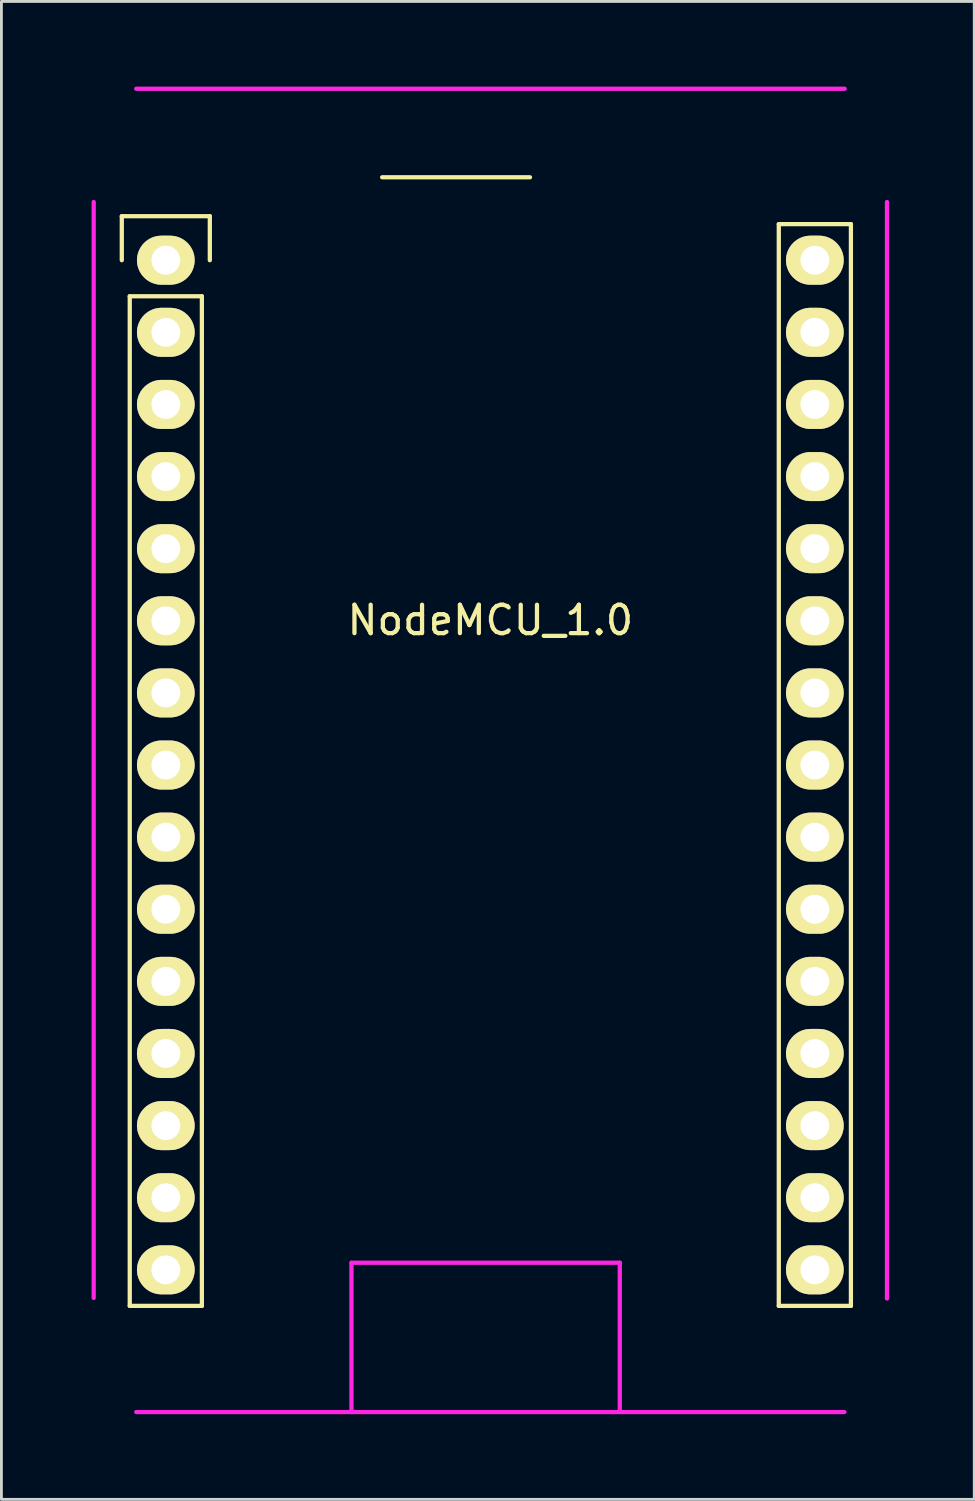
<source format=kicad_pcb>
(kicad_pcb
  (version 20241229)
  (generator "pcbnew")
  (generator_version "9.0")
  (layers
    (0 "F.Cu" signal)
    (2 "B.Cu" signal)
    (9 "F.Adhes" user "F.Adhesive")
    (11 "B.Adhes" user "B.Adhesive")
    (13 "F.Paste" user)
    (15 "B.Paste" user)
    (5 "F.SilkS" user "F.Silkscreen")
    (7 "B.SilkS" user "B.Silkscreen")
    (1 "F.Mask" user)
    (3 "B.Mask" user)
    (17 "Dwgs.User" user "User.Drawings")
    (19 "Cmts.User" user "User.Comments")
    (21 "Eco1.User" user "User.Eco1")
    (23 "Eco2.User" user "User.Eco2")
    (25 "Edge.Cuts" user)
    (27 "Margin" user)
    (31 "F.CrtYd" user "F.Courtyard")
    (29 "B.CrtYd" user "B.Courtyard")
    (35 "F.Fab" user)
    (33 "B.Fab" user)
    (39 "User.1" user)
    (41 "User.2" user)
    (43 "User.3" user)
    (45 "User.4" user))
  (footprint "NodeMCU_1.0"
    (layer "F.Cu")
    (at 0.25 6.115)
    (property "Reference" "NodeMCU_1.0" (at 13.97 12.68 0) (layer "F.SilkS") (effects (font (size 1 1) (thickness 0.15))))
    (attr through_hole)
    (fp_line (start 0.99 -1.55) (end 4.09 -1.55) (stroke (width 0.15) (type solid)) (layer "F.SilkS"))
    (fp_line (start 0.99 0) (end 0.99 -1.55) (stroke (width 0.15) (type solid)) (layer "F.SilkS"))
    (fp_line (start 1.27 1.27) (end 1.27 36.83) (stroke (width 0.15) (type solid)) (layer "F.SilkS"))
    (fp_line (start 1.27 36.83) (end 3.81 36.83) (stroke (width 0.15) (type solid)) (layer "F.SilkS"))
    (fp_line (start 3.81 1.27) (end 1.27 1.27) (stroke (width 0.15) (type solid)) (layer "F.SilkS"))
    (fp_line (start 3.81 36.83) (end 3.81 1.27) (stroke (width 0.15) (type solid)) (layer "F.SilkS"))
    (fp_line (start 4.09 -1.55) (end 4.09 0) (stroke (width 0.15) (type solid)) (layer "F.SilkS"))
    (fp_line (start 10.16 -2.921) (end 15.367 -2.921) (stroke (width 0.15) (type solid)) (layer "F.SilkS"))
    (fp_line (start 24.13 -1.27) (end 24.13 36.83) (stroke (width 0.15) (type solid)) (layer "F.SilkS"))
    (fp_line (start 24.13 36.83) (end 26.67 36.83) (stroke (width 0.15) (type solid)) (layer "F.SilkS"))
    (fp_line (start 26.67 -1.27) (end 24.13 -1.27) (stroke (width 0.15) (type solid)) (layer "F.SilkS"))
    (fp_line (start 26.67 36.83) (end 26.67 -1.27) (stroke (width 0.15) (type solid)) (layer "F.SilkS"))
    (fp_line (start 0 36.55) (end 0 -2.05) (stroke (width 0.15) (type solid)) (layer "F.CrtYd"))
    (fp_line (start 1.498 -6.04) (end 26.45 -6.04) (stroke (width 0.15) (type solid)) (layer "F.CrtYd"))
    (fp_line (start 1.5 40.569) (end 26.44 40.569) (stroke (width 0.15) (type solid)) (layer "F.CrtYd"))
    (fp_line (start 9.08 35.31) (end 18.53 35.31) (stroke (width 0.15) (type solid)) (layer "F.CrtYd"))
    (fp_line (start 9.08 40.57) (end 9.08 35.31) (stroke (width 0.15) (type solid)) (layer "F.CrtYd"))
    (fp_line (start 18.53 35.31) (end 18.53 40.56) (stroke (width 0.15) (type solid)) (layer "F.CrtYd"))
    (fp_line (start 27.94 -2.05) (end 27.94 36.57) (stroke (width 0.15) (type solid)) (layer "F.CrtYd"))
    (pad "1" thru_hole oval (at 2.54 0) (size 2.032 1.727) (drill 1.016) (layers "*.Cu" "*.Mask" "F.SilkS"))
    (pad "2" thru_hole oval (at 2.54 2.54) (size 2.032 1.727) (drill 1.016) (layers "*.Cu" "*.Mask" "F.SilkS"))
    (pad "3" thru_hole oval (at 2.54 5.08) (size 2.032 1.727) (drill 1.016) (layers "*.Cu" "*.Mask" "F.SilkS"))
    (pad "4" thru_hole oval (at 2.54 7.62) (size 2.032 1.727) (drill 1.016) (layers "*.Cu" "*.Mask" "F.SilkS"))
    (pad "5" thru_hole oval (at 2.54 10.16) (size 2.032 1.727) (drill 1.016) (layers "*.Cu" "*.Mask" "F.SilkS"))
    (pad "6" thru_hole oval (at 2.54 12.7) (size 2.032 1.727) (drill 1.016) (layers "*.Cu" "*.Mask" "F.SilkS"))
    (pad "7" thru_hole oval (at 2.54 15.24) (size 2.032 1.727) (drill 1.016) (layers "*.Cu" "*.Mask" "F.SilkS"))
    (pad "8" thru_hole oval (at 2.54 17.78) (size 2.032 1.727) (drill 1.016) (layers "*.Cu" "*.Mask" "F.SilkS"))
    (pad "9" thru_hole oval (at 2.54 20.32) (size 2.032 1.727) (drill 1.016) (layers "*.Cu" "*.Mask" "F.SilkS"))
    (pad "10" thru_hole oval (at 2.54 22.86) (size 2.032 1.727) (drill 1.016) (layers "*.Cu" "*.Mask" "F.SilkS"))
    (pad "11" thru_hole oval (at 2.54 25.4) (size 2.032 1.727) (drill 1.016) (layers "*.Cu" "*.Mask" "F.SilkS"))
    (pad "12" thru_hole oval (at 2.54 27.94) (size 2.032 1.727) (drill 1.016) (layers "*.Cu" "*.Mask" "F.SilkS"))
    (pad "13" thru_hole oval (at 2.54 30.48) (size 2.032 1.727) (drill 1.016) (layers "*.Cu" "*.Mask" "F.SilkS"))
    (pad "14" thru_hole oval (at 2.54 33.02) (size 2.032 1.727) (drill 1.016) (layers "*.Cu" "*.Mask" "F.SilkS"))
    (pad "15" thru_hole oval (at 2.54 35.56) (size 2.032 1.727) (drill 1.016) (layers "*.Cu" "*.Mask" "F.SilkS"))
    (pad "16" thru_hole oval (at 25.4 35.56) (size 2.032 1.727) (drill 1.016) (layers "*.Cu" "*.Mask" "F.SilkS"))
    (pad "17" thru_hole oval (at 25.4 33.02) (size 2.032 1.727) (drill 1.016) (layers "*.Cu" "*.Mask" "F.SilkS"))
    (pad "18" thru_hole oval (at 25.4 30.48) (size 2.032 1.727) (drill 1.016) (layers "*.Cu" "*.Mask" "F.SilkS"))
    (pad "19" thru_hole oval (at 25.4 27.94) (size 2.032 1.727) (drill 1.016) (layers "*.Cu" "*.Mask" "F.SilkS"))
    (pad "20" thru_hole oval (at 25.4 25.4) (size 2.032 1.727) (drill 1.016) (layers "*.Cu" "*.Mask" "F.SilkS"))
    (pad "21" thru_hole oval (at 25.4 22.86) (size 2.032 1.727) (drill 1.016) (layers "*.Cu" "*.Mask" "F.SilkS"))
    (pad "22" thru_hole oval (at 25.4 20.32) (size 2.032 1.727) (drill 1.016) (layers "*.Cu" "*.Mask" "F.SilkS"))
    (pad "23" thru_hole oval (at 25.4 17.78) (size 2.032 1.727) (drill 1.016) (layers "*.Cu" "*.Mask" "F.SilkS"))
    (pad "24" thru_hole oval (at 25.4 15.24) (size 2.032 1.727) (drill 1.016) (layers "*.Cu" "*.Mask" "F.SilkS"))
    (pad "25" thru_hole oval (at 25.4 12.7) (size 2.032 1.727) (drill 1.016) (layers "*.Cu" "*.Mask" "F.SilkS"))
    (pad "26" thru_hole oval (at 25.4 10.16) (size 2.032 1.727) (drill 1.016) (layers "*.Cu" "*.Mask" "F.SilkS"))
    (pad "27" thru_hole oval (at 25.4 7.62) (size 2.032 1.727) (drill 1.016) (layers "*.Cu" "*.Mask" "F.SilkS"))
    (pad "28" thru_hole oval (at 25.4 5.08) (size 2.032 1.727) (drill 1.016) (layers "*.Cu" "*.Mask" "F.SilkS"))
    (pad "29" thru_hole oval (at 25.4 2.54) (size 2.032 1.727) (drill 1.016) (layers "*.Cu" "*.Mask" "F.SilkS"))
    (pad "30" thru_hole oval (at 25.4 0) (size 2.032 1.727) (drill 1.016) (layers "*.Cu" "*.Mask" "F.SilkS")))
  (gr_rect
    (start -3 -3)
    (end 31.265 49.76)
    (stroke (width 0.1) (type default))
    (fill no)
    (layer "Edge.Cuts")))
</source>
